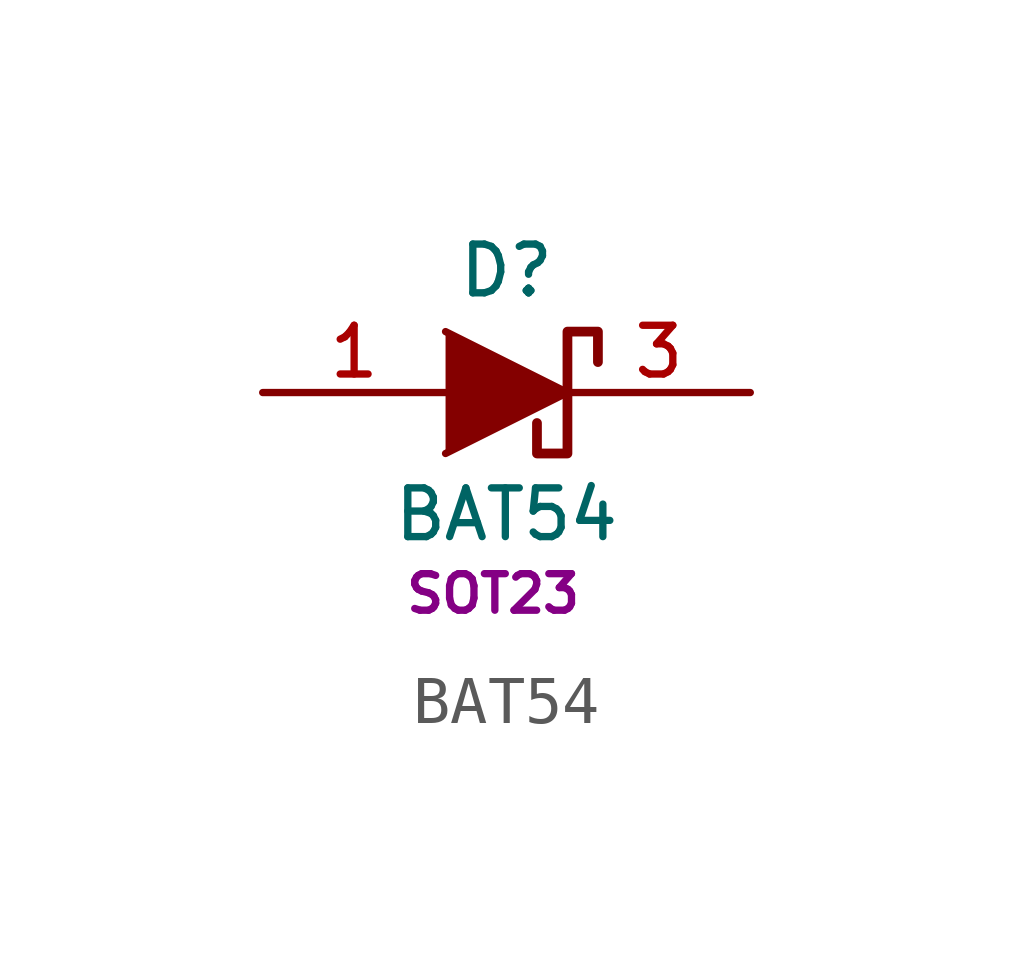
<source format=kicad_sym>
(kicad_symbol_lib
  (version 20220914)
  (generator kicad_symbol_editor)
  (symbol "BAT54"
    (pin_names
      (offset 1.016) hide)
    (property "Reference" "D"
      (at 0 2.54 0)
      (effects (font (size 1.016 1.016))))
    (property "Value" "BAT54"
      (at 0 -2.54 0)
      (effects (font (size 1.016 1.016))))
    (property "Footprint" "SOT23"
      (at -0.279 -4.191 0)
      (effects (font (size 0.762 0.762))))
    (property "Datasheet" ""
      (at 0 0 0)
      (effects (font (size 1.524 1.524))))
    (symbol "BAT54_0_1"
      (polyline (pts (xy -1.27 1.27) (xy 1.27 0) (xy -1.27 -1.27)) (stroke (width 0) (type default)) (fill (type outline)))
      (polyline (pts (xy 1.905 0.635) (xy 1.905 1.27) (xy 1.27 1.27) (xy 1.27 -1.27) (xy 0.635 -1.27) (xy 0.635 -0.635)) (stroke (width 0.203) (type default)) (fill (type none))))
    (symbol "BAT54_1_1"
      (pin passive line (at -5.08 0 0) (length 3.81) (name "A" (effects (font (size 1.016 1.016)))) (number "1" (effects (font (size 1.016 1.016)))))
      (pin passive line (at 5.08 0 180) (length 3.81) (name "K" (effects (font (size 1.016 1.016)))) (number "3" (effects (font (size 1.016 1.016))))))))
</source>
